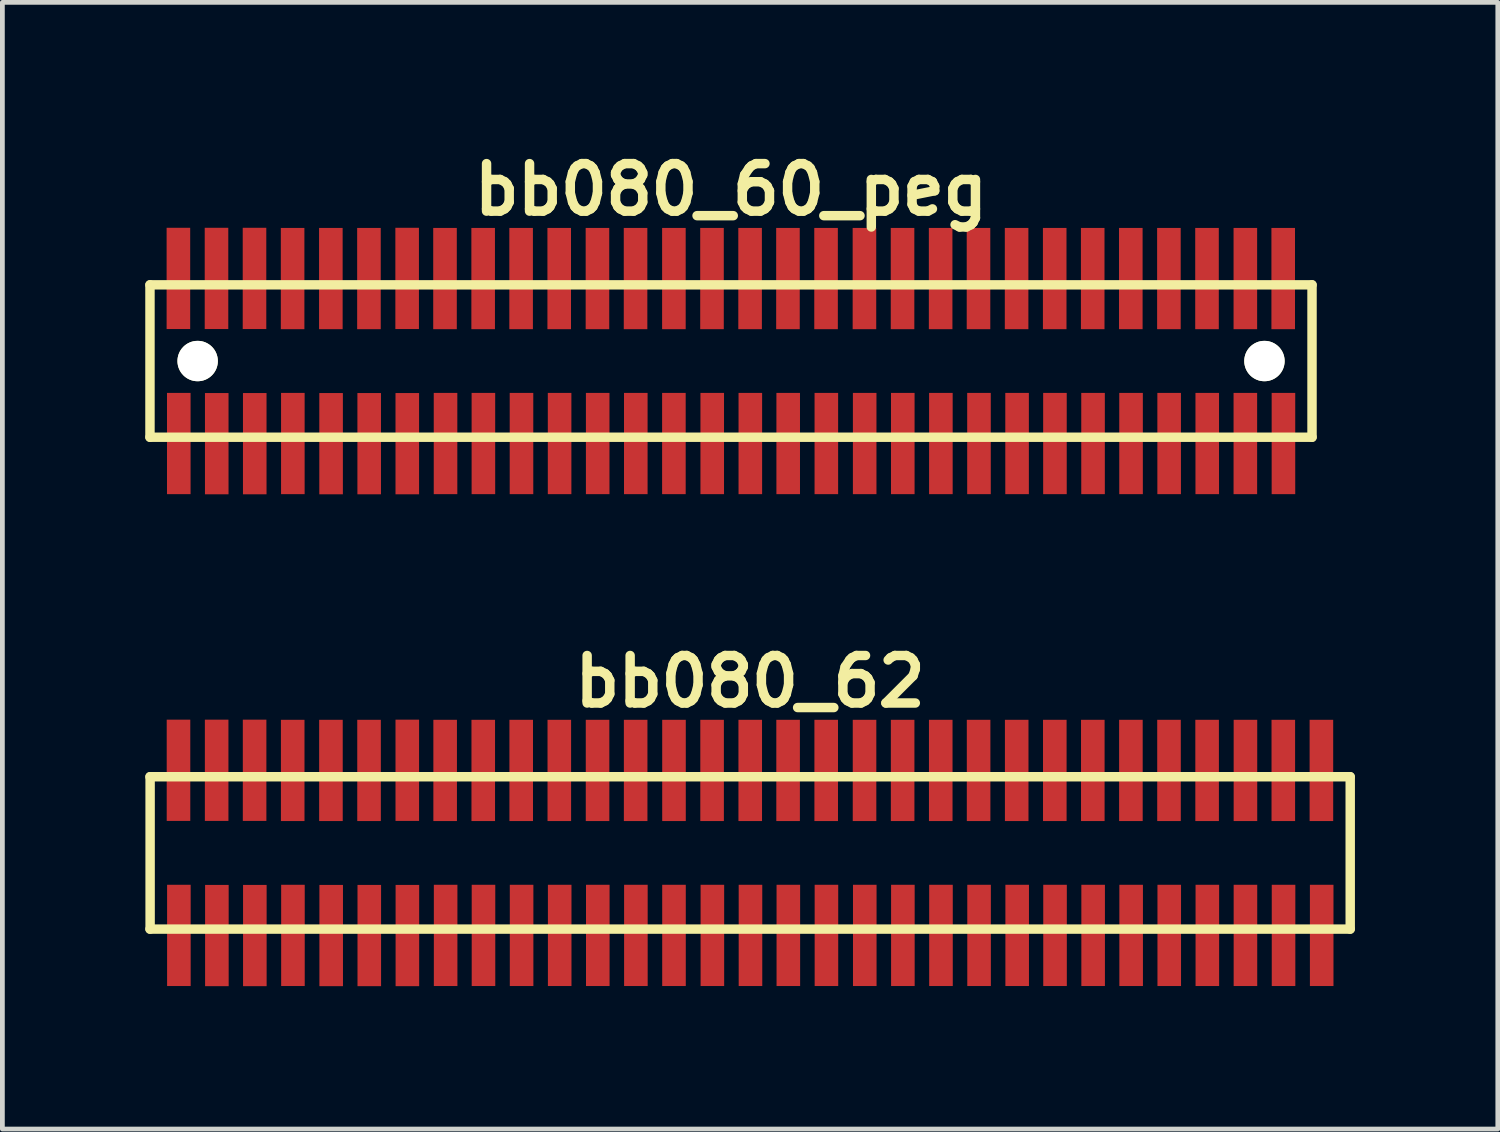
<source format=kicad_pcb>
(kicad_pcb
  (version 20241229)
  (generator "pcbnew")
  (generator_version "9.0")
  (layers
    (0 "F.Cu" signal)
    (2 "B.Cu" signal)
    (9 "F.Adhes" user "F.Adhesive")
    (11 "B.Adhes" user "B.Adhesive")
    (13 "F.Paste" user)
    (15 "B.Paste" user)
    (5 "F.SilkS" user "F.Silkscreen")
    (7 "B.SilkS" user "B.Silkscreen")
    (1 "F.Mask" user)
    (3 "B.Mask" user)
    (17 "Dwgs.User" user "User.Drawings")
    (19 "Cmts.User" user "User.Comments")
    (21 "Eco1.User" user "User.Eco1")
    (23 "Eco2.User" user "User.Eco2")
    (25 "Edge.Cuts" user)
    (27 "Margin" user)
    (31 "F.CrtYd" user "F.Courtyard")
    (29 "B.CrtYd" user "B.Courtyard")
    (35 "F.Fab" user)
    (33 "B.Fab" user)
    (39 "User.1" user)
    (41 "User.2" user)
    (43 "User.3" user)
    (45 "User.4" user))
  (footprint "bb080_62"
    (layer "F.Cu")
    (at 12.7 14.859)
    (property "Reference" "bb080_62" (at 0 -3.599 0) (layer "F.SilkS") (effects (font (size 0.998 0.998) (thickness 0.198))))
    (attr smd)
    (fp_line (start -12.601 1.6) (end 12.598 1.6) (stroke (width 0.198) (type solid)) (layer "F.SilkS"))
    (fp_line (start -12.598 -1.6) (end -12.598 1.6) (stroke (width 0.198) (type solid)) (layer "F.SilkS"))
    (fp_line (start 12.598 -1.6) (end -12.601 -1.6) (stroke (width 0.198) (type solid)) (layer "F.SilkS"))
    (fp_line (start 12.601 1.6) (end 12.601 -1.6) (stroke (width 0.198) (type solid)) (layer "F.SilkS"))
    (pad "1" smd rect (at -11.994 1.732) (size 0.495 2.126) (layers "F.Cu" "F.Mask" "F.Paste"))
    (pad "2" smd rect (at -12.002 -1.735) (size 0.495 2.126) (layers "F.Cu" "F.Mask" "F.Paste"))
    (pad "3" smd rect (at -11.196 1.735) (size 0.495 2.126) (layers "F.Cu" "F.Mask" "F.Paste"))
    (pad "4" smd rect (at -11.201 -1.735) (size 0.495 2.126) (layers "F.Cu" "F.Mask" "F.Paste"))
    (pad "5" smd rect (at -10.399 1.735) (size 0.495 2.126) (layers "F.Cu" "F.Mask" "F.Paste"))
    (pad "6" smd rect (at -10.404 -1.735) (size 0.495 2.126) (layers "F.Cu" "F.Mask" "F.Paste"))
    (pad "7" smd rect (at -9.599 1.732) (size 0.495 2.126) (layers "F.Cu" "F.Mask" "F.Paste"))
    (pad "8" smd rect (at -9.604 -1.732) (size 0.495 2.126) (layers "F.Cu" "F.Mask" "F.Paste"))
    (pad "9" smd rect (at -8.796 1.735) (size 0.495 2.126) (layers "F.Cu" "F.Mask" "F.Paste"))
    (pad "10" smd rect (at -8.801 -1.732) (size 0.495 2.126) (layers "F.Cu" "F.Mask" "F.Paste"))
    (pad "11" smd rect (at -7.996 1.735) (size 0.495 2.126) (layers "F.Cu" "F.Mask" "F.Paste"))
    (pad "12" smd rect (at -8.001 -1.732) (size 0.495 2.126) (layers "F.Cu" "F.Mask" "F.Paste"))
    (pad "13" smd rect (at -7.196 1.735) (size 0.495 2.126) (layers "F.Cu" "F.Mask" "F.Paste"))
    (pad "14" smd rect (at -7.198 -1.735) (size 0.495 2.126) (layers "F.Cu" "F.Mask" "F.Paste"))
    (pad "15" smd rect (at -6.393 1.732) (size 0.495 2.126) (layers "F.Cu" "F.Mask" "F.Paste"))
    (pad "16" smd rect (at -6.403 -1.732) (size 0.495 2.126) (layers "F.Cu" "F.Mask" "F.Paste"))
    (pad "17" smd rect (at -5.598 1.732) (size 0.495 2.126) (layers "F.Cu" "F.Mask" "F.Paste"))
    (pad "18" smd rect (at -5.603 -1.732) (size 0.495 2.126) (layers "F.Cu" "F.Mask" "F.Paste"))
    (pad "19" smd rect (at -4.798 1.732) (size 0.495 2.126) (layers "F.Cu" "F.Mask" "F.Paste"))
    (pad "20" smd rect (at -4.806 -1.732) (size 0.495 2.126) (layers "F.Cu" "F.Mask" "F.Paste"))
    (pad "21" smd rect (at -3.998 1.732) (size 0.495 2.126) (layers "F.Cu" "F.Mask" "F.Paste"))
    (pad "22" smd rect (at -4.006 -1.732) (size 0.495 2.126) (layers "F.Cu" "F.Mask" "F.Paste"))
    (pad "23" smd rect (at -3.198 1.732) (size 0.495 2.126) (layers "F.Cu" "F.Mask" "F.Paste"))
    (pad "24" smd rect (at -3.203 -1.732) (size 0.495 2.126) (layers "F.Cu" "F.Mask" "F.Paste"))
    (pad "25" smd rect (at -2.398 1.732) (size 0.495 2.126) (layers "F.Cu" "F.Mask" "F.Paste"))
    (pad "26" smd rect (at -2.403 -1.732) (size 0.495 2.126) (layers "F.Cu" "F.Mask" "F.Paste"))
    (pad "27" smd rect (at -1.598 1.732) (size 0.495 2.126) (layers "F.Cu" "F.Mask" "F.Paste"))
    (pad "28" smd rect (at -1.598 -1.732) (size 0.495 2.126) (layers "F.Cu" "F.Mask" "F.Paste"))
    (pad "29" smd rect (at -0.792 1.732) (size 0.495 2.126) (layers "F.Cu" "F.Mask" "F.Paste"))
    (pad "30" smd rect (at -0.798 -1.732) (size 0.495 2.126) (layers "F.Cu" "F.Mask" "F.Paste"))
    (pad "31" smd rect (at 0.008 1.732) (size 0.495 2.126) (layers "F.Cu" "F.Mask" "F.Paste"))
    (pad "32" smd rect (at 0.003 -1.732) (size 0.495 2.126) (layers "F.Cu" "F.Mask" "F.Paste"))
    (pad "33" smd rect (at 0.803 1.732) (size 0.495 2.126) (layers "F.Cu" "F.Mask" "F.Paste"))
    (pad "34" smd rect (at 0.798 -1.732) (size 0.495 2.126) (layers "F.Cu" "F.Mask" "F.Paste"))
    (pad "35" smd rect (at 1.603 1.732) (size 0.495 2.126) (layers "F.Cu" "F.Mask" "F.Paste"))
    (pad "36" smd rect (at 1.598 -1.732) (size 0.495 2.126) (layers "F.Cu" "F.Mask" "F.Paste"))
    (pad "37" smd rect (at 2.408 1.732) (size 0.495 2.126) (layers "F.Cu" "F.Mask" "F.Paste"))
    (pad "38" smd rect (at 2.403 -1.732) (size 0.495 2.126) (layers "F.Cu" "F.Mask" "F.Paste"))
    (pad "39" smd rect (at 3.208 1.732) (size 0.495 2.126) (layers "F.Cu" "F.Mask" "F.Paste"))
    (pad "40" smd rect (at 3.203 -1.732) (size 0.495 2.126) (layers "F.Cu" "F.Mask" "F.Paste"))
    (pad "41" smd rect (at 4.008 1.732) (size 0.495 2.126) (layers "F.Cu" "F.Mask" "F.Paste"))
    (pad "42" smd rect (at 4.003 -1.732) (size 0.495 2.126) (layers "F.Cu" "F.Mask" "F.Paste"))
    (pad "43" smd rect (at 4.808 1.732) (size 0.495 2.126) (layers "F.Cu" "F.Mask" "F.Paste"))
    (pad "44" smd rect (at 4.798 -1.732) (size 0.495 2.126) (layers "F.Cu" "F.Mask" "F.Paste"))
    (pad "45" smd rect (at 5.608 1.732) (size 0.495 2.126) (layers "F.Cu" "F.Mask" "F.Paste"))
    (pad "46" smd rect (at 5.598 -1.732) (size 0.495 2.126) (layers "F.Cu" "F.Mask" "F.Paste"))
    (pad "47" smd rect (at 6.403 1.732) (size 0.495 2.126) (layers "F.Cu" "F.Mask" "F.Paste"))
    (pad "48" smd rect (at 6.398 -1.732) (size 0.495 2.126) (layers "F.Cu" "F.Mask" "F.Paste"))
    (pad "49" smd rect (at 7.203 1.732) (size 0.495 2.126) (layers "F.Cu" "F.Mask" "F.Paste"))
    (pad "50" smd rect (at 7.196 -1.732) (size 0.495 2.126) (layers "F.Cu" "F.Mask" "F.Paste"))
    (pad "51" smd rect (at 8.001 1.732) (size 0.495 2.126) (layers "F.Cu" "F.Mask" "F.Paste"))
    (pad "52" smd rect (at 7.996 -1.732) (size 0.495 2.126) (layers "F.Cu" "F.Mask" "F.Paste"))
    (pad "53" smd rect (at 8.801 1.732) (size 0.495 2.126) (layers "F.Cu" "F.Mask" "F.Paste"))
    (pad "54" smd rect (at 8.796 -1.732) (size 0.495 2.126) (layers "F.Cu" "F.Mask" "F.Paste"))
    (pad "55" smd rect (at 9.601 1.732) (size 0.495 2.126) (layers "F.Cu" "F.Mask" "F.Paste"))
    (pad "56" smd rect (at 9.596 -1.732) (size 0.495 2.126) (layers "F.Cu" "F.Mask" "F.Paste"))
    (pad "57" smd rect (at 10.401 1.732) (size 0.495 2.126) (layers "F.Cu" "F.Mask" "F.Paste"))
    (pad "58" smd rect (at 10.401 -1.732) (size 0.495 2.126) (layers "F.Cu" "F.Mask" "F.Paste"))
    (pad "59" smd rect (at 11.201 1.732) (size 0.495 2.126) (layers "F.Cu" "F.Mask" "F.Paste"))
    (pad "60" smd rect (at 11.196 -1.732) (size 0.495 2.126) (layers "F.Cu" "F.Mask" "F.Paste"))
    (pad "61" smd rect (at 12.002 1.732) (size 0.495 2.126) (layers "F.Cu" "F.Mask" "F.Paste"))
    (pad "62" smd rect (at 11.996 -1.732) (size 0.495 2.126) (layers "F.Cu" "F.Mask" "F.Paste")))
  (footprint "bb080_60_peg"
    (layer "F.Cu")
    (at 12.299 4.531)
    (property "Reference" "bb080_60_peg" (at 0 -3.599 0) (layer "F.SilkS") (effects (font (size 0.998 0.998) (thickness 0.198))))
    (attr smd)
    (fp_line (start -12.2 -1.6) (end -12.2 1.6) (stroke (width 0.198) (type solid)) (layer "F.SilkS"))
    (fp_line (start -12.2 1.6) (end 12.2 1.6) (stroke (width 0.198) (type solid)) (layer "F.SilkS"))
    (fp_line (start 12.2 -1.6) (end -12.2 -1.6) (stroke (width 0.198) (type solid)) (layer "F.SilkS"))
    (fp_line (start 12.2 1.6) (end 12.2 -1.6) (stroke (width 0.198) (type solid)) (layer "F.SilkS"))
    (pad "" np_thru_hole circle (at -11.199 0) (size 0.848 0.848) (drill 0.848) (layers "*.Cu" "*.Mask" "F.SilkS"))
    (pad "" np_thru_hole circle (at 11.201 0) (size 0.848 0.848) (drill 0.848) (layers "*.Cu" "*.Mask" "F.SilkS"))
    (pad "1" smd rect (at -11.595 1.732) (size 0.495 2.126) (layers "F.Cu" "F.Mask" "F.Paste"))
    (pad "2" smd rect (at -11.603 -1.735) (size 0.495 2.126) (layers "F.Cu" "F.Mask" "F.Paste"))
    (pad "3" smd rect (at -10.798 1.735) (size 0.495 2.126) (layers "F.Cu" "F.Mask" "F.Paste"))
    (pad "4" smd rect (at -10.803 -1.735) (size 0.495 2.126) (layers "F.Cu" "F.Mask" "F.Paste"))
    (pad "5" smd rect (at -10 1.735) (size 0.495 2.126) (layers "F.Cu" "F.Mask" "F.Paste"))
    (pad "6" smd rect (at -10.005 -1.735) (size 0.495 2.126) (layers "F.Cu" "F.Mask" "F.Paste"))
    (pad "7" smd rect (at -9.2 1.732) (size 0.495 2.126) (layers "F.Cu" "F.Mask" "F.Paste"))
    (pad "8" smd rect (at -9.205 -1.732) (size 0.495 2.126) (layers "F.Cu" "F.Mask" "F.Paste"))
    (pad "9" smd rect (at -8.397 1.735) (size 0.495 2.126) (layers "F.Cu" "F.Mask" "F.Paste"))
    (pad "10" smd rect (at -8.402 -1.732) (size 0.495 2.126) (layers "F.Cu" "F.Mask" "F.Paste"))
    (pad "11" smd rect (at -7.597 1.735) (size 0.495 2.126) (layers "F.Cu" "F.Mask" "F.Paste"))
    (pad "12" smd rect (at -7.602 -1.732) (size 0.495 2.126) (layers "F.Cu" "F.Mask" "F.Paste"))
    (pad "13" smd rect (at -6.797 1.735) (size 0.495 2.126) (layers "F.Cu" "F.Mask" "F.Paste"))
    (pad "14" smd rect (at -6.8 -1.735) (size 0.495 2.126) (layers "F.Cu" "F.Mask" "F.Paste"))
    (pad "15" smd rect (at -5.994 1.732) (size 0.495 2.126) (layers "F.Cu" "F.Mask" "F.Paste"))
    (pad "16" smd rect (at -6.005 -1.732) (size 0.495 2.126) (layers "F.Cu" "F.Mask" "F.Paste"))
    (pad "17" smd rect (at -5.199 1.732) (size 0.495 2.126) (layers "F.Cu" "F.Mask" "F.Paste"))
    (pad "18" smd rect (at -5.204 -1.732) (size 0.495 2.126) (layers "F.Cu" "F.Mask" "F.Paste"))
    (pad "19" smd rect (at -4.399 1.732) (size 0.495 2.126) (layers "F.Cu" "F.Mask" "F.Paste"))
    (pad "20" smd rect (at -4.407 -1.732) (size 0.495 2.126) (layers "F.Cu" "F.Mask" "F.Paste"))
    (pad "21" smd rect (at -3.599 1.732) (size 0.495 2.126) (layers "F.Cu" "F.Mask" "F.Paste"))
    (pad "22" smd rect (at -3.607 -1.732) (size 0.495 2.126) (layers "F.Cu" "F.Mask" "F.Paste"))
    (pad "23" smd rect (at -2.799 1.732) (size 0.495 2.126) (layers "F.Cu" "F.Mask" "F.Paste"))
    (pad "24" smd rect (at -2.804 -1.732) (size 0.495 2.126) (layers "F.Cu" "F.Mask" "F.Paste"))
    (pad "25" smd rect (at -1.999 1.732) (size 0.495 2.126) (layers "F.Cu" "F.Mask" "F.Paste"))
    (pad "26" smd rect (at -2.004 -1.732) (size 0.495 2.126) (layers "F.Cu" "F.Mask" "F.Paste"))
    (pad "27" smd rect (at -1.199 1.732) (size 0.495 2.126) (layers "F.Cu" "F.Mask" "F.Paste"))
    (pad "28" smd rect (at -1.199 -1.732) (size 0.495 2.126) (layers "F.Cu" "F.Mask" "F.Paste"))
    (pad "29" smd rect (at -0.394 1.732) (size 0.495 2.126) (layers "F.Cu" "F.Mask" "F.Paste"))
    (pad "30" smd rect (at -0.399 -1.732) (size 0.495 2.126) (layers "F.Cu" "F.Mask" "F.Paste"))
    (pad "31" smd rect (at 0.406 1.732) (size 0.495 2.126) (layers "F.Cu" "F.Mask" "F.Paste"))
    (pad "32" smd rect (at 0.401 -1.732) (size 0.495 2.126) (layers "F.Cu" "F.Mask" "F.Paste"))
    (pad "33" smd rect (at 1.201 1.732) (size 0.495 2.126) (layers "F.Cu" "F.Mask" "F.Paste"))
    (pad "34" smd rect (at 1.196 -1.732) (size 0.495 2.126) (layers "F.Cu" "F.Mask" "F.Paste"))
    (pad "35" smd rect (at 2.002 1.732) (size 0.495 2.126) (layers "F.Cu" "F.Mask" "F.Paste"))
    (pad "36" smd rect (at 1.996 -1.732) (size 0.495 2.126) (layers "F.Cu" "F.Mask" "F.Paste"))
    (pad "37" smd rect (at 2.807 1.732) (size 0.495 2.126) (layers "F.Cu" "F.Mask" "F.Paste"))
    (pad "38" smd rect (at 2.802 -1.732) (size 0.495 2.126) (layers "F.Cu" "F.Mask" "F.Paste"))
    (pad "39" smd rect (at 3.607 1.732) (size 0.495 2.126) (layers "F.Cu" "F.Mask" "F.Paste"))
    (pad "40" smd rect (at 3.602 -1.732) (size 0.495 2.126) (layers "F.Cu" "F.Mask" "F.Paste"))
    (pad "41" smd rect (at 4.407 1.732) (size 0.495 2.126) (layers "F.Cu" "F.Mask" "F.Paste"))
    (pad "42" smd rect (at 4.402 -1.732) (size 0.495 2.126) (layers "F.Cu" "F.Mask" "F.Paste"))
    (pad "43" smd rect (at 5.207 1.732) (size 0.495 2.126) (layers "F.Cu" "F.Mask" "F.Paste"))
    (pad "44" smd rect (at 5.197 -1.732) (size 0.495 2.126) (layers "F.Cu" "F.Mask" "F.Paste"))
    (pad "45" smd rect (at 6.007 1.732) (size 0.495 2.126) (layers "F.Cu" "F.Mask" "F.Paste"))
    (pad "46" smd rect (at 5.997 -1.732) (size 0.495 2.126) (layers "F.Cu" "F.Mask" "F.Paste"))
    (pad "47" smd rect (at 6.802 1.732) (size 0.495 2.126) (layers "F.Cu" "F.Mask" "F.Paste"))
    (pad "48" smd rect (at 6.797 -1.732) (size 0.495 2.126) (layers "F.Cu" "F.Mask" "F.Paste"))
    (pad "49" smd rect (at 7.602 1.732) (size 0.495 2.126) (layers "F.Cu" "F.Mask" "F.Paste"))
    (pad "50" smd rect (at 7.595 -1.732) (size 0.495 2.126) (layers "F.Cu" "F.Mask" "F.Paste"))
    (pad "51" smd rect (at 8.4 1.732) (size 0.495 2.126) (layers "F.Cu" "F.Mask" "F.Paste"))
    (pad "52" smd rect (at 8.395 -1.732) (size 0.495 2.126) (layers "F.Cu" "F.Mask" "F.Paste"))
    (pad "53" smd rect (at 9.2 1.732) (size 0.495 2.126) (layers "F.Cu" "F.Mask" "F.Paste"))
    (pad "54" smd rect (at 9.195 -1.732) (size 0.495 2.126) (layers "F.Cu" "F.Mask" "F.Paste"))
    (pad "55" smd rect (at 10 1.732) (size 0.495 2.126) (layers "F.Cu" "F.Mask" "F.Paste"))
    (pad "56" smd rect (at 9.995 -1.732) (size 0.495 2.126) (layers "F.Cu" "F.Mask" "F.Paste"))
    (pad "57" smd rect (at 10.8 1.732) (size 0.495 2.126) (layers "F.Cu" "F.Mask" "F.Paste"))
    (pad "58" smd rect (at 10.8 -1.732) (size 0.495 2.126) (layers "F.Cu" "F.Mask" "F.Paste"))
    (pad "59" smd rect (at 11.6 1.732) (size 0.495 2.126) (layers "F.Cu" "F.Mask" "F.Paste"))
    (pad "60" smd rect (at 11.595 -1.732) (size 0.495 2.126) (layers "F.Cu" "F.Mask" "F.Paste")))
  (gr_rect
    (start -3 -3)
    (end 28.4 20.657)
    (stroke (width 0.1) (type default))
    (fill no)
    (layer "Edge.Cuts")))
</source>
